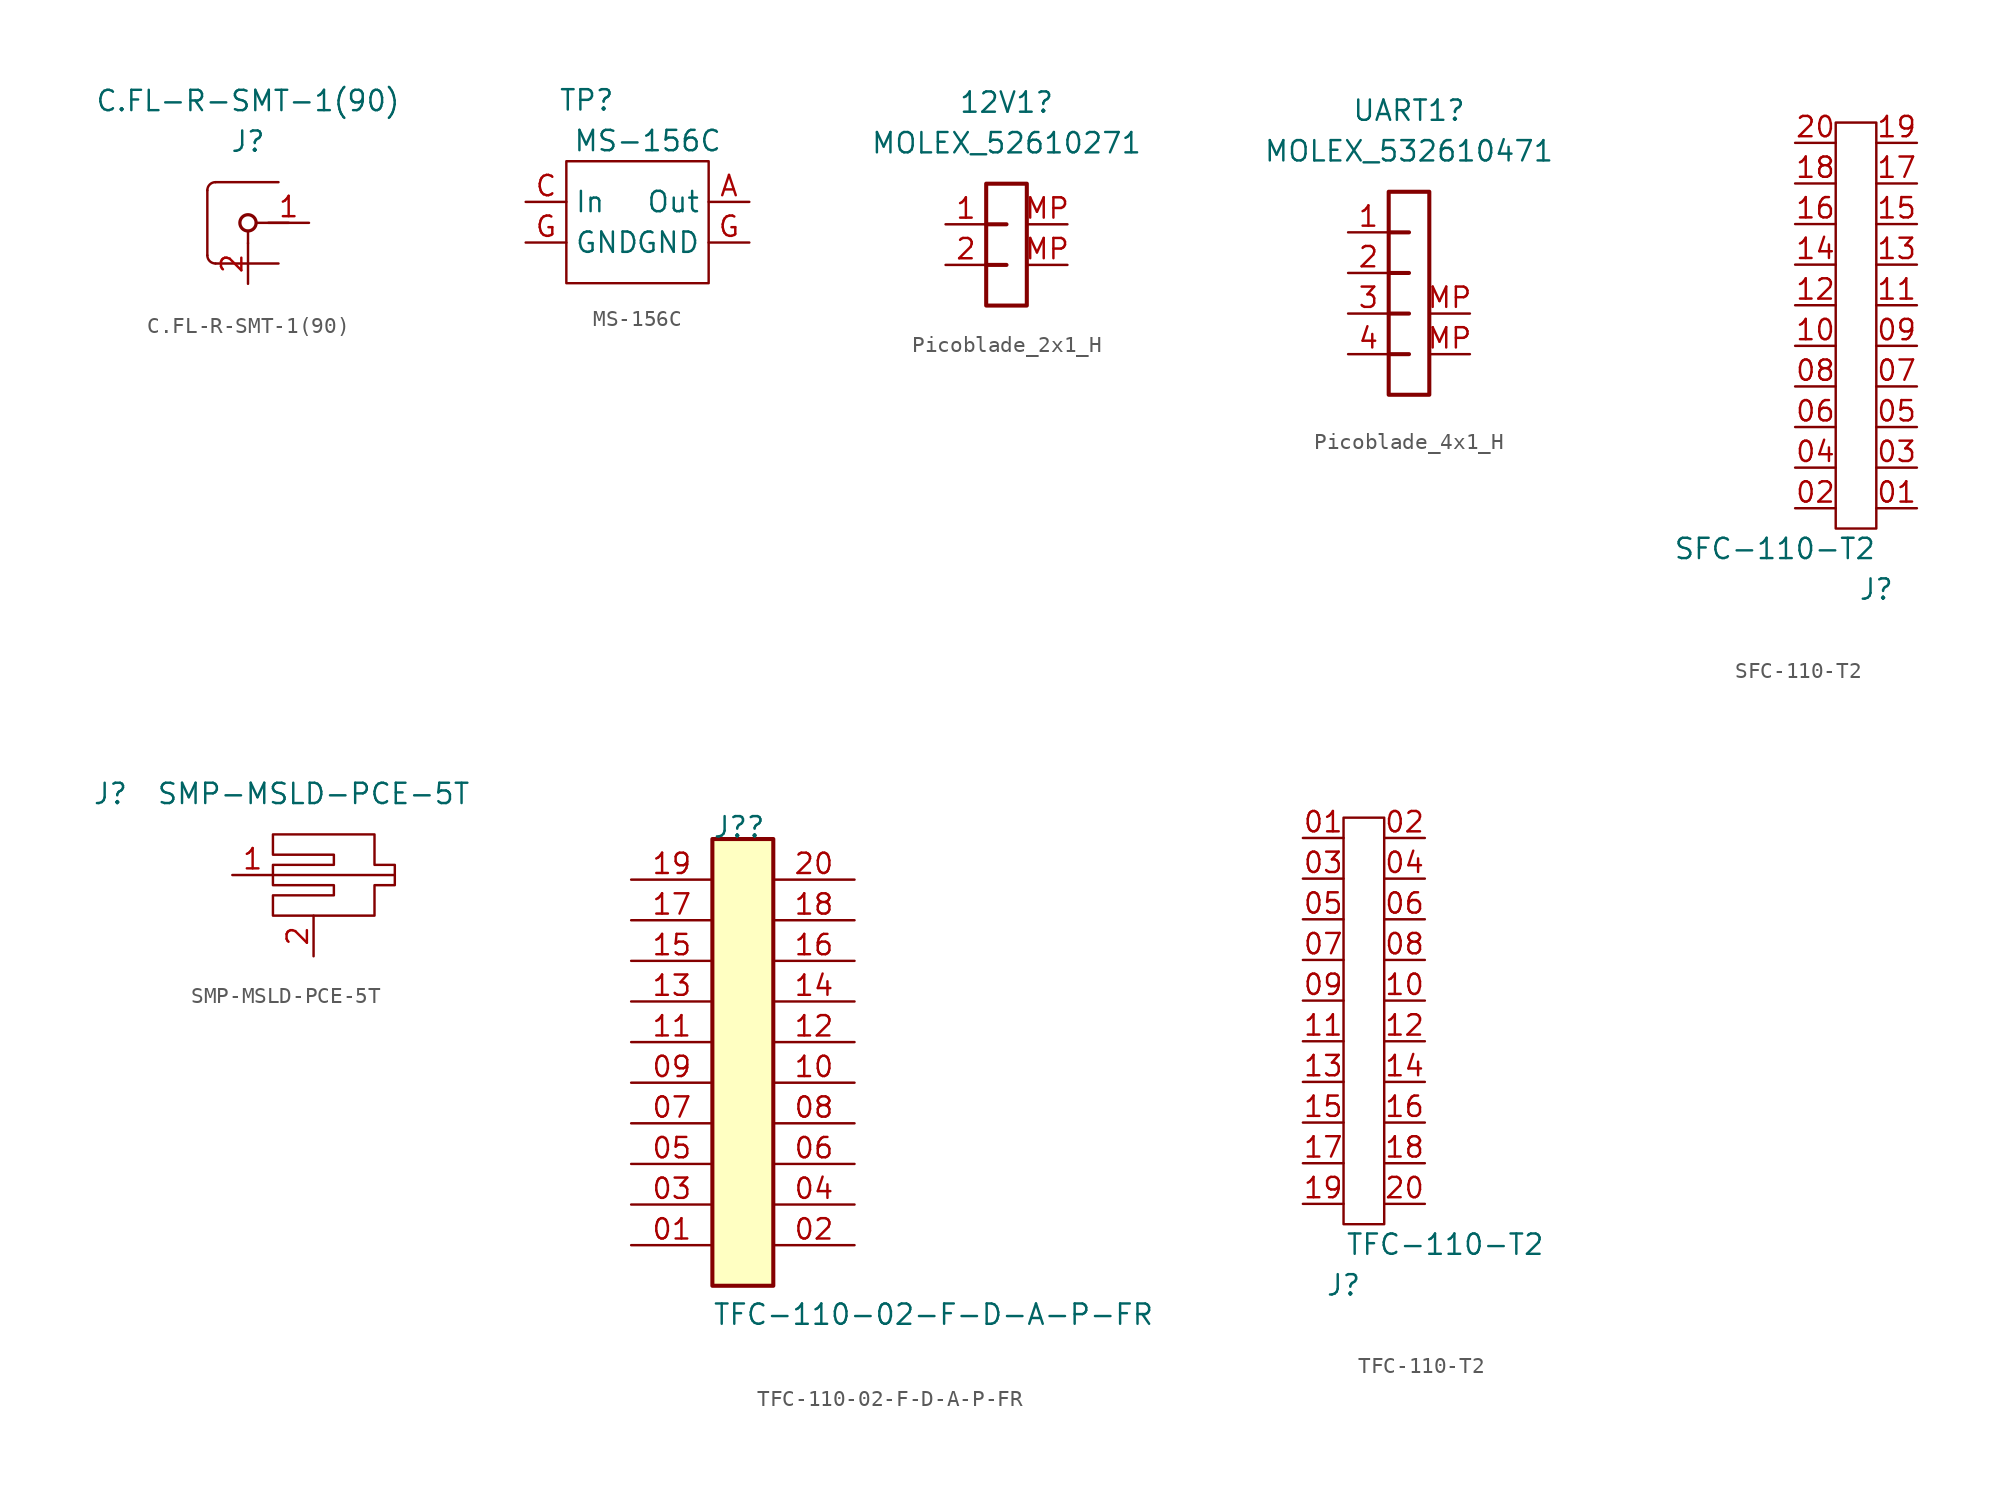
<source format=kicad_sym>
(kicad_symbol_lib
  (version 20211014)
  (generator kicad_symbol_editor)
  (symbol "C.FL-R-SMT-1(90)"
    (property "Reference" "J"
      (at 0 5.08 0)
      (effects (font (size 1.27 1.27))))
    (property "Value" "C.FL-R-SMT-1(90)"
      (at 0 7.62 0)
      (effects (font (size 1.27 1.27))))
    (symbol "C.FL-R-SMT-1(90)_0_1"
      (arc (start -2.54 -2.032) (mid -2.3912 -2.3912) (end -2.032 -2.54) (stroke (width 0) (type default) (color 0 0 0 0)) (fill (type none)))
      (arc (start -2.032 2.54) (mid -2.3912 2.3912) (end -2.54 2.032) (stroke (width 0) (type default) (color 0 0 0 0)) (fill (type none)))
      (circle (center 0 0) (radius 0.508) (stroke (width 0.203) (type default) (color 0 0 0 0)) (fill (type none)))
      (polyline (pts (xy -2.54 -2.032) (xy -2.54 2.032)) (stroke (width 0) (type default) (color 0 0 0 0)) (fill (type none)))
      (polyline (pts (xy 0 -1.27) (xy 0 -0.508)) (stroke (width 0) (type default) (color 0 0 0 0)) (fill (type none)))
      (polyline (pts (xy 1.905 -2.54) (xy -2.032 -2.54)) (stroke (width 0) (type default) (color 0 0 0 0)) (fill (type none)))
      (polyline (pts (xy 1.905 2.54) (xy -2.032 2.54)) (stroke (width 0) (type default) (color 0 0 0 0)) (fill (type none)))
      (polyline (pts (xy 2.54 0) (xy 0.508 0)) (stroke (width 0) (type default) (color 0 0 0 0)) (fill (type none))))
    (symbol "C.FL-R-SMT-1(90)_1_1"
      (pin bidirectional line (at 3.81 0 180) (length 2.54) (name "" (effects (font (size 1.27 1.27)))) (number "1" (effects (font (size 1.27 1.27)))))
      (pin bidirectional line (at 0 -3.81 90) (length 2.54) (name "" (effects (font (size 1.27 1.27)))) (number "2" (effects (font (size 1.27 1.27)))))))
  (symbol "MS-156C"
    (property "Reference" "TP"
      (at 3.81 12.7 0)
      (effects (font (size 1.27 1.27))))
    (property "Value" "MS-156C"
      (at 7.62 10.16 0)
      (effects (font (size 1.27 1.27))))
    (symbol "MS-156C_0_1"
      (rectangle (start 2.54 8.89) (end 11.43 1.27) (stroke (width 0) (type default) (color 0 0 0 0)) (fill (type none))))
    (symbol "MS-156C_1_1"
      (pin output line (at 13.97 6.35 180) (length 2.54) (name "Out" (effects (font (size 1.27 1.27)))) (number "A" (effects (font (size 1.27 1.27)))))
      (pin input line (at 0 6.35 0) (length 2.54) (name "In" (effects (font (size 1.27 1.27)))) (number "C" (effects (font (size 1.27 1.27)))))
      (pin passive line (at 0 3.81 0) (length 2.54) (name "GND" (effects (font (size 1.27 1.27)))) (number "G" (effects (font (size 1.27 1.27)))))
      (pin passive line (at 13.97 3.81 180) (length 2.54) (name "GND" (effects (font (size 1.27 1.27)))) (number "G" (effects (font (size 1.27 1.27)))))))
  (symbol "Picoblade_2x1_H"
    (property "Reference" "12V1"
      (at 0 15.24 0)
      (effects (font (size 1.27 1.27))))
    (property "Value" "MOLEX_52610271"
      (at 0 12.7 0)
      (effects (font (size 1.27 1.27))))
    (symbol "Picoblade_2x1_H_0_1"
      (polyline (pts (xy 0 5.08) (xy -1.27 5.08)) (stroke (width 0.254) (type default) (color 0 0 0 0)) (fill (type none)))
      (polyline (pts (xy 0 7.62) (xy -1.27 7.62)) (stroke (width 0.254) (type default) (color 0 0 0 0)) (fill (type none))))
    (symbol "Picoblade_2x1_H_1_0"
      (polyline (pts (xy -1.27 10.16) (xy 1.27 10.16) (xy 1.27 2.54) (xy -1.27 2.54) (xy -1.27 10.16)) (stroke (width 0.254) (type default) (color 0 0 0 0)) (fill (type none)))
      (pin passive line (at -3.81 7.62 0) (length 2.54) (name "1" (effects (font (size 0 0)))) (number "1" (effects (font (size 1.27 1.27)))))
      (pin passive line (at -3.81 5.08 0) (length 2.54) (name "2" (effects (font (size 0 0)))) (number "2" (effects (font (size 1.27 1.27)))))
      (pin passive line (at 3.81 7.62 180) (length 2.54) (name "MH1" (effects (font (size 0 0)))) (number "MP" (effects (font (size 1.27 1.27)))))
      (pin passive line (at 3.81 5.08 180) (length 2.54) (name "MH2" (effects (font (size 0 0)))) (number "MP" (effects (font (size 1.27 1.27)))))))
  (symbol "Picoblade_4x1_H"
    (property "Reference" "UART1"
      (at -1.27 20.32 0)
      (effects (font (size 1.27 1.27))))
    (property "Value" "MOLEX_532610471"
      (at -1.27 17.78 0)
      (effects (font (size 1.27 1.27))))
    (symbol "Picoblade_4x1_H_1_0"
      (polyline (pts (xy -2.54 5.08) (xy -1.27 5.08)) (stroke (width 0.254) (type default) (color 0 0 0 0)) (fill (type none)))
      (polyline (pts (xy -2.54 7.62) (xy -1.27 7.62)) (stroke (width 0.254) (type default) (color 0 0 0 0)) (fill (type none)))
      (polyline (pts (xy -2.54 10.16) (xy -1.27 10.16)) (stroke (width 0.254) (type default) (color 0 0 0 0)) (fill (type none)))
      (polyline (pts (xy -2.54 12.7) (xy -1.27 12.7)) (stroke (width 0.254) (type default) (color 0 0 0 0)) (fill (type none)))
      (polyline (pts (xy -2.54 15.24) (xy 0 15.24) (xy 0 2.54) (xy -2.54 2.54) (xy -2.54 15.24)) (stroke (width 0.254) (type default) (color 0 0 0 0)) (fill (type none)))
      (pin passive line (at -5.08 12.7 0) (length 2.54) (name "1" (effects (font (size 0 0)))) (number "1" (effects (font (size 1.27 1.27)))))
      (pin passive line (at -5.08 10.16 0) (length 2.54) (name "2" (effects (font (size 0 0)))) (number "2" (effects (font (size 1.27 1.27)))))
      (pin passive line (at -5.08 7.62 0) (length 2.54) (name "3" (effects (font (size 0 0)))) (number "3" (effects (font (size 1.27 1.27)))))
      (pin passive line (at -5.08 5.08 0) (length 2.54) (name "4" (effects (font (size 0 0)))) (number "4" (effects (font (size 1.27 1.27)))))
      (pin passive line (at 2.54 5.08 180) (length 2.54) (name "" (effects (font (size 0 0)))) (number "MP" (effects (font (size 1.27 1.27)))))
      (pin passive line (at 2.54 7.62 180) (length 2.54) (name "MH2" (effects (font (size 0 0)))) (number "MP" (effects (font (size 1.27 1.27)))))))
  (symbol "SFC-110-T2"
    (property "Reference" "J"
      (at 3.81 -1.27 0)
      (effects (font (size 1.27 1.27))))
    (property "Value" "SFC-110-T2"
      (at -2.54 1.27 0)
      (effects (font (size 1.27 1.27))))
    (symbol "SFC-110-T2_0_0"
      (pin bidirectional line (at 6.35 3.81 180) (length 2.54) (name "" (effects (font (size 1.27 1.27)))) (number "01" (effects (font (size 1.27 1.27)))))
      (pin bidirectional line (at -1.27 3.81 0) (length 2.54) (name "" (effects (font (size 1.27 1.27)))) (number "02" (effects (font (size 1.27 1.27)))))
      (pin bidirectional line (at 6.35 6.35 180) (length 2.54) (name "" (effects (font (size 1.27 1.27)))) (number "03" (effects (font (size 1.27 1.27)))))
      (pin bidirectional line (at -1.27 6.35 0) (length 2.54) (name "" (effects (font (size 1.27 1.27)))) (number "04" (effects (font (size 1.27 1.27)))))
      (pin bidirectional line (at 6.35 8.89 180) (length 2.54) (name "" (effects (font (size 1.27 1.27)))) (number "05" (effects (font (size 1.27 1.27)))))
      (pin bidirectional line (at -1.27 8.89 0) (length 2.54) (name "" (effects (font (size 1.27 1.27)))) (number "06" (effects (font (size 1.27 1.27)))))
      (pin bidirectional line (at 6.35 11.43 180) (length 2.54) (name "" (effects (font (size 1.27 1.27)))) (number "07" (effects (font (size 1.27 1.27)))))
      (pin bidirectional line (at -1.27 11.43 0) (length 2.54) (name "" (effects (font (size 1.27 1.27)))) (number "08" (effects (font (size 1.27 1.27)))))
      (pin bidirectional line (at 6.35 13.97 180) (length 2.54) (name "" (effects (font (size 1.27 1.27)))) (number "09" (effects (font (size 1.27 1.27)))))
      (pin bidirectional line (at -1.27 13.97 0) (length 2.54) (name "" (effects (font (size 1.27 1.27)))) (number "10" (effects (font (size 1.27 1.27)))))
      (pin bidirectional line (at 6.35 16.51 180) (length 2.54) (name "" (effects (font (size 1.27 1.27)))) (number "11" (effects (font (size 1.27 1.27)))))
      (pin bidirectional line (at -1.27 16.51 0) (length 2.54) (name "" (effects (font (size 1.27 1.27)))) (number "12" (effects (font (size 1.27 1.27)))))
      (pin bidirectional line (at 6.35 19.05 180) (length 2.54) (name "" (effects (font (size 1.27 1.27)))) (number "13" (effects (font (size 1.27 1.27)))))
      (pin bidirectional line (at -1.27 19.05 0) (length 2.54) (name "" (effects (font (size 1.27 1.27)))) (number "14" (effects (font (size 1.27 1.27)))))
      (pin bidirectional line (at 6.35 21.59 180) (length 2.54) (name "" (effects (font (size 1.27 1.27)))) (number "15" (effects (font (size 1.27 1.27)))))
      (pin bidirectional line (at -1.27 21.59 0) (length 2.54) (name "" (effects (font (size 1.27 1.27)))) (number "16" (effects (font (size 1.27 1.27)))))
      (pin bidirectional line (at 6.35 24.13 180) (length 2.54) (name "" (effects (font (size 1.27 1.27)))) (number "17" (effects (font (size 1.27 1.27)))))
      (pin bidirectional line (at -1.27 24.13 0) (length 2.54) (name "" (effects (font (size 1.27 1.27)))) (number "18" (effects (font (size 1.27 1.27)))))
      (pin bidirectional line (at 6.35 26.67 180) (length 2.54) (name "" (effects (font (size 1.27 1.27)))) (number "19" (effects (font (size 1.27 1.27)))))
      (pin bidirectional line (at -1.27 26.67 0) (length 2.54) (name "" (effects (font (size 1.27 1.27)))) (number "20" (effects (font (size 1.27 1.27))))))
    (symbol "SFC-110-T2_0_1"
      (rectangle (start 1.27 2.54) (end 3.81 27.94) (stroke (width 0) (type default) (color 0 0 0 0)) (fill (type none)))))
  (symbol "SMP-MSLD-PCE-5T"
    (property "Reference" "J"
      (at -10.16 8.89 0)
      (effects (font (size 1.27 1.27))))
    (property "Value" "SMP-MSLD-PCE-5T"
      (at 2.54 8.89 0)
      (effects (font (size 1.27 1.27))))
    (symbol "SMP-MSLD-PCE-5T_0_1"
      (polyline (pts (xy 7.62 3.81) (xy 0 3.81)) (stroke (width 0) (type default) (color 0 0 0 0)) (fill (type none)))
      (polyline (pts (xy 6.35 4.445) (xy 7.62 4.445) (xy 7.62 3.175) (xy 6.35 3.175) (xy 6.35 1.27) (xy 0 1.27) (xy 0 2.54) (xy 3.81 2.54) (xy 3.81 3.175) (xy 0 3.175) (xy 0 4.445) (xy 3.81 4.445) (xy 3.81 5.08) (xy 0 5.08) (xy 0 6.35) (xy 6.35 6.35) (xy 6.35 4.445)) (stroke (width 0) (type default) (color 0 0 0 0)) (fill (type none))))
    (symbol "SMP-MSLD-PCE-5T_1_1"
      (pin bidirectional line (at -2.54 3.81 0) (length 2.54) (name "" (effects (font (size 1.27 1.27)))) (number "1" (effects (font (size 1.27 1.27)))))
      (pin passive line (at 2.54 -1.27 90) (length 2.54) (name "" (effects (font (size 1.27 1.27)))) (number "2" (effects (font (size 1.27 1.27)))))))
  (symbol "TFC-110-02-F-D-A-P-FR"
    (property "Reference" "J?"
      (at -7.62 12.7 0)
      (effects (font (size 1.27 1.27)) (justify left bottom)))
    (property "Value" "TFC-110-02-F-D-A-P-FR"
      (at -7.62 -17.78 0)
      (effects (font (size 1.27 1.27)) (justify left bottom)))
    (symbol "TFC-110-02-F-D-A-P-FR_1_0"
      (rectangle (start -7.62 12.7) (end -3.81 -15.24) (stroke (width 0.254) (type default) (color 0 0 0 0)) (fill (type background)))
      (pin passive line (at -12.7 -12.7 0) (length 5.08) (name "" (effects (font (size 1.27 1.27)))) (number "01" (effects (font (size 1.27 1.27)))))
      (pin passive line (at 1.27 -12.7 180) (length 5.08) (name "" (effects (font (size 1.27 1.27)))) (number "02" (effects (font (size 1.27 1.27)))))
      (pin passive line (at -12.7 -10.16 0) (length 5.08) (name "" (effects (font (size 1.27 1.27)))) (number "03" (effects (font (size 1.27 1.27)))))
      (pin passive line (at 1.27 -10.16 180) (length 5.08) (name "" (effects (font (size 1.27 1.27)))) (number "04" (effects (font (size 1.27 1.27)))))
      (pin passive line (at -12.7 -7.62 0) (length 5.08) (name "" (effects (font (size 1.27 1.27)))) (number "05" (effects (font (size 1.27 1.27)))))
      (pin passive line (at 1.27 -7.62 180) (length 5.08) (name "" (effects (font (size 1.27 1.27)))) (number "06" (effects (font (size 1.27 1.27)))))
      (pin passive line (at -12.7 -5.08 0) (length 5.08) (name "" (effects (font (size 1.27 1.27)))) (number "07" (effects (font (size 1.27 1.27)))))
      (pin passive line (at 1.27 -5.08 180) (length 5.08) (name "" (effects (font (size 1.27 1.27)))) (number "08" (effects (font (size 1.27 1.27)))))
      (pin passive line (at -12.7 -2.54 0) (length 5.08) (name "" (effects (font (size 1.27 1.27)))) (number "09" (effects (font (size 1.27 1.27)))))
      (pin passive line (at 1.27 -2.54 180) (length 5.08) (name "" (effects (font (size 1.27 1.27)))) (number "10" (effects (font (size 1.27 1.27)))))
      (pin passive line (at -12.7 0 0) (length 5.08) (name "" (effects (font (size 1.27 1.27)))) (number "11" (effects (font (size 1.27 1.27)))))
      (pin passive line (at 1.27 0 180) (length 5.08) (name "" (effects (font (size 1.27 1.27)))) (number "12" (effects (font (size 1.27 1.27)))))
      (pin passive line (at -12.7 2.54 0) (length 5.08) (name "" (effects (font (size 1.27 1.27)))) (number "13" (effects (font (size 1.27 1.27)))))
      (pin passive line (at 1.27 2.54 180) (length 5.08) (name "" (effects (font (size 1.27 1.27)))) (number "14" (effects (font (size 1.27 1.27)))))
      (pin passive line (at -12.7 5.08 0) (length 5.08) (name "" (effects (font (size 1.27 1.27)))) (number "15" (effects (font (size 1.27 1.27)))))
      (pin passive line (at 1.27 5.08 180) (length 5.08) (name "" (effects (font (size 1.27 1.27)))) (number "16" (effects (font (size 1.27 1.27)))))
      (pin passive line (at -12.7 7.62 0) (length 5.08) (name "" (effects (font (size 1.27 1.27)))) (number "17" (effects (font (size 1.27 1.27)))))
      (pin passive line (at 1.27 7.62 180) (length 5.08) (name "" (effects (font (size 1.27 1.27)))) (number "18" (effects (font (size 1.27 1.27)))))
      (pin passive line (at -12.7 10.16 0) (length 5.08) (name "" (effects (font (size 1.27 1.27)))) (number "19" (effects (font (size 1.27 1.27)))))
      (pin passive line (at 1.27 10.16 180) (length 5.08) (name "" (effects (font (size 1.27 1.27)))) (number "20" (effects (font (size 1.27 1.27)))))))
  (symbol "TFC-110-T2"
    (property "Reference" "J"
      (at 0 -3.81 0)
      (effects (font (size 1.27 1.27))))
    (property "Value" "TFC-110-T2"
      (at 6.35 -1.27 0)
      (effects (font (size 1.27 1.27))))
    (symbol "TFC-110-T2_0_0"
      (pin bidirectional line (at -2.54 24.13 0) (length 2.54) (name "" (effects (font (size 1.27 1.27)))) (number "01" (effects (font (size 1.27 1.27)))))
      (pin bidirectional line (at 5.08 24.13 180) (length 2.54) (name "" (effects (font (size 1.27 1.27)))) (number "02" (effects (font (size 1.27 1.27)))))
      (pin bidirectional line (at -2.54 21.59 0) (length 2.54) (name "" (effects (font (size 1.27 1.27)))) (number "03" (effects (font (size 1.27 1.27)))))
      (pin bidirectional line (at 5.08 21.59 180) (length 2.54) (name "" (effects (font (size 1.27 1.27)))) (number "04" (effects (font (size 1.27 1.27)))))
      (pin bidirectional line (at -2.54 19.05 0) (length 2.54) (name "" (effects (font (size 1.27 1.27)))) (number "05" (effects (font (size 1.27 1.27)))))
      (pin bidirectional line (at 5.08 19.05 180) (length 2.54) (name "" (effects (font (size 1.27 1.27)))) (number "06" (effects (font (size 1.27 1.27)))))
      (pin bidirectional line (at -2.54 16.51 0) (length 2.54) (name "" (effects (font (size 1.27 1.27)))) (number "07" (effects (font (size 1.27 1.27)))))
      (pin bidirectional line (at 5.08 16.51 180) (length 2.54) (name "" (effects (font (size 1.27 1.27)))) (number "08" (effects (font (size 1.27 1.27)))))
      (pin bidirectional line (at -2.54 13.97 0) (length 2.54) (name "" (effects (font (size 1.27 1.27)))) (number "09" (effects (font (size 1.27 1.27)))))
      (pin bidirectional line (at 5.08 13.97 180) (length 2.54) (name "" (effects (font (size 1.27 1.27)))) (number "10" (effects (font (size 1.27 1.27)))))
      (pin bidirectional line (at -2.54 11.43 0) (length 2.54) (name "" (effects (font (size 1.27 1.27)))) (number "11" (effects (font (size 1.27 1.27)))))
      (pin bidirectional line (at 5.08 11.43 180) (length 2.54) (name "" (effects (font (size 1.27 1.27)))) (number "12" (effects (font (size 1.27 1.27)))))
      (pin bidirectional line (at -2.54 8.89 0) (length 2.54) (name "" (effects (font (size 1.27 1.27)))) (number "13" (effects (font (size 1.27 1.27)))))
      (pin bidirectional line (at 5.08 8.89 180) (length 2.54) (name "" (effects (font (size 1.27 1.27)))) (number "14" (effects (font (size 1.27 1.27)))))
      (pin bidirectional line (at -2.54 6.35 0) (length 2.54) (name "" (effects (font (size 1.27 1.27)))) (number "15" (effects (font (size 1.27 1.27)))))
      (pin bidirectional line (at 5.08 6.35 180) (length 2.54) (name "" (effects (font (size 1.27 1.27)))) (number "16" (effects (font (size 1.27 1.27)))))
      (pin bidirectional line (at -2.54 3.81 0) (length 2.54) (name "" (effects (font (size 1.27 1.27)))) (number "17" (effects (font (size 1.27 1.27)))))
      (pin bidirectional line (at 5.08 3.81 180) (length 2.54) (name "" (effects (font (size 1.27 1.27)))) (number "18" (effects (font (size 1.27 1.27)))))
      (pin bidirectional line (at -2.54 1.27 0) (length 2.54) (name "" (effects (font (size 1.27 1.27)))) (number "19" (effects (font (size 1.27 1.27)))))
      (pin bidirectional line (at 5.08 1.27 180) (length 2.54) (name "" (effects (font (size 1.27 1.27)))) (number "20" (effects (font (size 1.27 1.27))))))
    (symbol "TFC-110-T2_0_1"
      (rectangle (start 0 25.4) (end 2.54 0) (stroke (width 0) (type default) (color 0 0 0 0)) (fill (type none))))))
</source>
